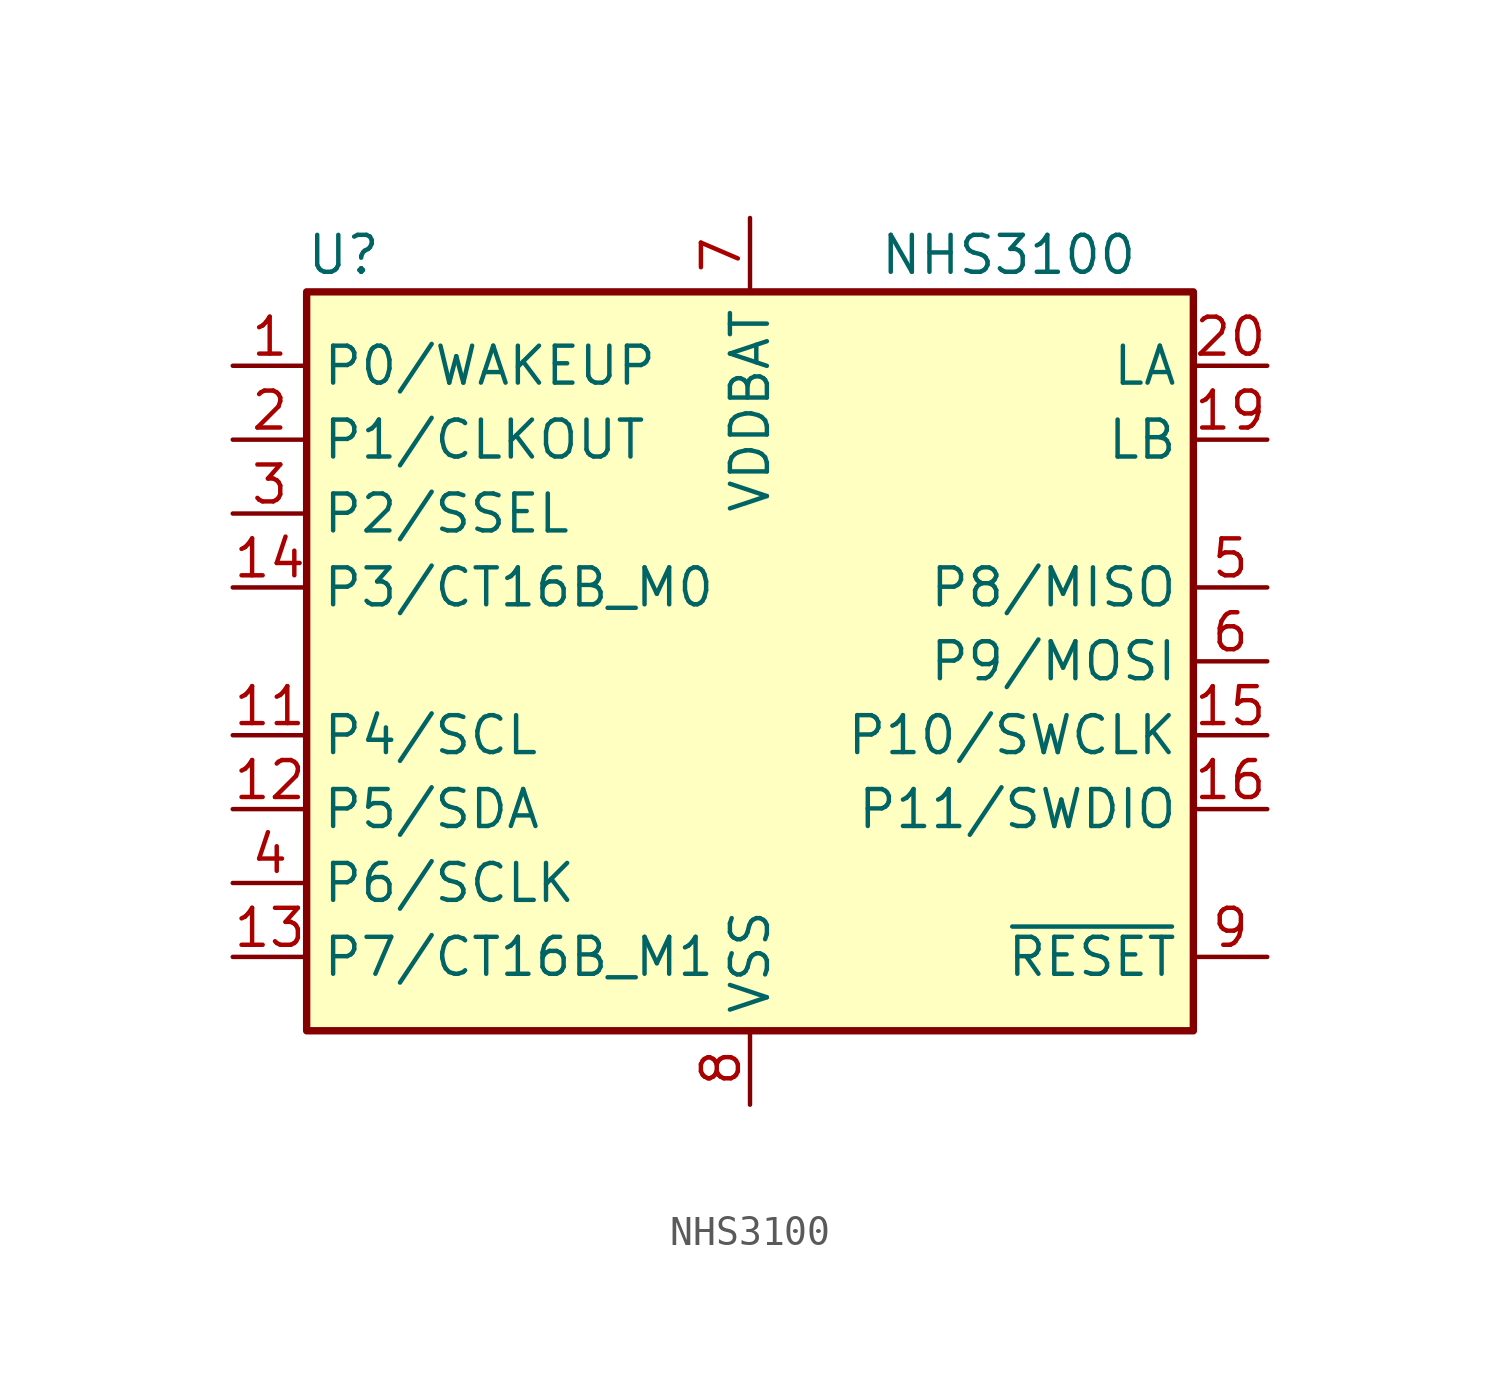
<source format=kicad_sym>
(kicad_symbol_lib
  (version 20231120)
  (generator "kicad_symbol_editor")
  (generator_version "8.0")
  (symbol "NHS3100"
    (property "Reference" "U"
      (at -13.97 13.97 0)
      (effects (font (size 1.27 1.27))))
    (property "Value" "NHS3100"
      (at 8.89 13.97 0)
      (effects (font (size 1.27 1.27))))
    (symbol "NHS3100_0_1"
      (rectangle (start 15.24 -12.7) (end -15.24 12.7) (stroke (width 0.254) (type default)) (fill (type background))))
    (symbol "NHS3100_1_1"
      (pin bidirectional line (at -17.78 10.16 0) (length 2.54) (name "P0/WAKEUP" (effects (font (size 1.27 1.27)))) (number "1" (effects (font (size 1.27 1.27)))))
      (pin no_connect line (at -15.24 0 0) (length 2.54) hide (name "reserved" (effects (font (size 1.27 1.27)))) (number "10" (effects (font (size 1.27 1.27)))))
      (pin bidirectional line (at -17.78 -2.54 0) (length 2.54) (name "P4/SCL" (effects (font (size 1.27 1.27)))) (number "11" (effects (font (size 1.27 1.27)))))
      (pin bidirectional line (at -17.78 -5.08 0) (length 2.54) (name "P5/SDA" (effects (font (size 1.27 1.27)))) (number "12" (effects (font (size 1.27 1.27)))))
      (pin bidirectional line (at -17.78 -10.16 0) (length 2.54) (name "P7/CT16B_M1" (effects (font (size 1.27 1.27)))) (number "13" (effects (font (size 1.27 1.27)))))
      (pin bidirectional line (at -17.78 2.54 0) (length 2.54) (name "P3/CT16B_M0" (effects (font (size 1.27 1.27)))) (number "14" (effects (font (size 1.27 1.27)))))
      (pin bidirectional line (at 17.78 -2.54 180) (length 2.54) (name "P10/SWCLK" (effects (font (size 1.27 1.27)))) (number "15" (effects (font (size 1.27 1.27)))))
      (pin bidirectional line (at 17.78 -5.08 180) (length 2.54) (name "P11/SWDIO" (effects (font (size 1.27 1.27)))) (number "16" (effects (font (size 1.27 1.27)))))
      (pin passive line (at 0 -15.24 90) (length 2.54) hide (name "VSS" (effects (font (size 1.27 1.27)))) (number "17" (effects (font (size 1.27 1.27)))))
      (pin passive line (at 0 -15.24 90) (length 2.54) hide (name "VSS" (effects (font (size 1.27 1.27)))) (number "18" (effects (font (size 1.27 1.27)))))
      (pin passive line (at 17.78 7.62 180) (length 2.54) (name "LB" (effects (font (size 1.27 1.27)))) (number "19" (effects (font (size 1.27 1.27)))))
      (pin bidirectional line (at -17.78 7.62 0) (length 2.54) (name "P1/CLKOUT" (effects (font (size 1.27 1.27)))) (number "2" (effects (font (size 1.27 1.27)))))
      (pin passive line (at 17.78 10.16 180) (length 2.54) (name "LA" (effects (font (size 1.27 1.27)))) (number "20" (effects (font (size 1.27 1.27)))))
      (pin passive line (at 0 -15.24 90) (length 2.54) hide (name "VSS" (effects (font (size 1.27 1.27)))) (number "21" (effects (font (size 1.27 1.27)))))
      (pin passive line (at 0 -15.24 90) (length 2.54) hide (name "VSS" (effects (font (size 1.27 1.27)))) (number "22" (effects (font (size 1.27 1.27)))))
      (pin passive line (at 0 -15.24 90) (length 2.54) hide (name "VSS" (effects (font (size 1.27 1.27)))) (number "23" (effects (font (size 1.27 1.27)))))
      (pin passive line (at 0 -15.24 90) (length 2.54) hide (name "VSS" (effects (font (size 1.27 1.27)))) (number "24" (effects (font (size 1.27 1.27)))))
      (pin passive line (at 0 -15.24 90) (length 2.54) hide (name "VSS" (effects (font (size 1.27 1.27)))) (number "25" (effects (font (size 1.27 1.27)))))
      (pin bidirectional line (at -17.78 5.08 0) (length 2.54) (name "P2/SSEL" (effects (font (size 1.27 1.27)))) (number "3" (effects (font (size 1.27 1.27)))))
      (pin bidirectional line (at -17.78 -7.62 0) (length 2.54) (name "P6/SCLK" (effects (font (size 1.27 1.27)))) (number "4" (effects (font (size 1.27 1.27)))))
      (pin bidirectional line (at 17.78 2.54 180) (length 2.54) (name "P8/MISO" (effects (font (size 1.27 1.27)))) (number "5" (effects (font (size 1.27 1.27)))))
      (pin bidirectional line (at 17.78 0 180) (length 2.54) (name "P9/MOSI" (effects (font (size 1.27 1.27)))) (number "6" (effects (font (size 1.27 1.27)))))
      (pin power_in line (at 0 15.24 270) (length 2.54) (name "VDDBAT" (effects (font (size 1.27 1.27)))) (number "7" (effects (font (size 1.27 1.27)))))
      (pin power_in line (at 0 -15.24 90) (length 2.54) (name "VSS" (effects (font (size 1.27 1.27)))) (number "8" (effects (font (size 1.27 1.27)))))
      (pin input line (at 17.78 -10.16 180) (length 2.54) (name "~{RESET}" (effects (font (size 1.27 1.27)))) (number "9" (effects (font (size 1.27 1.27))))))))
</source>
